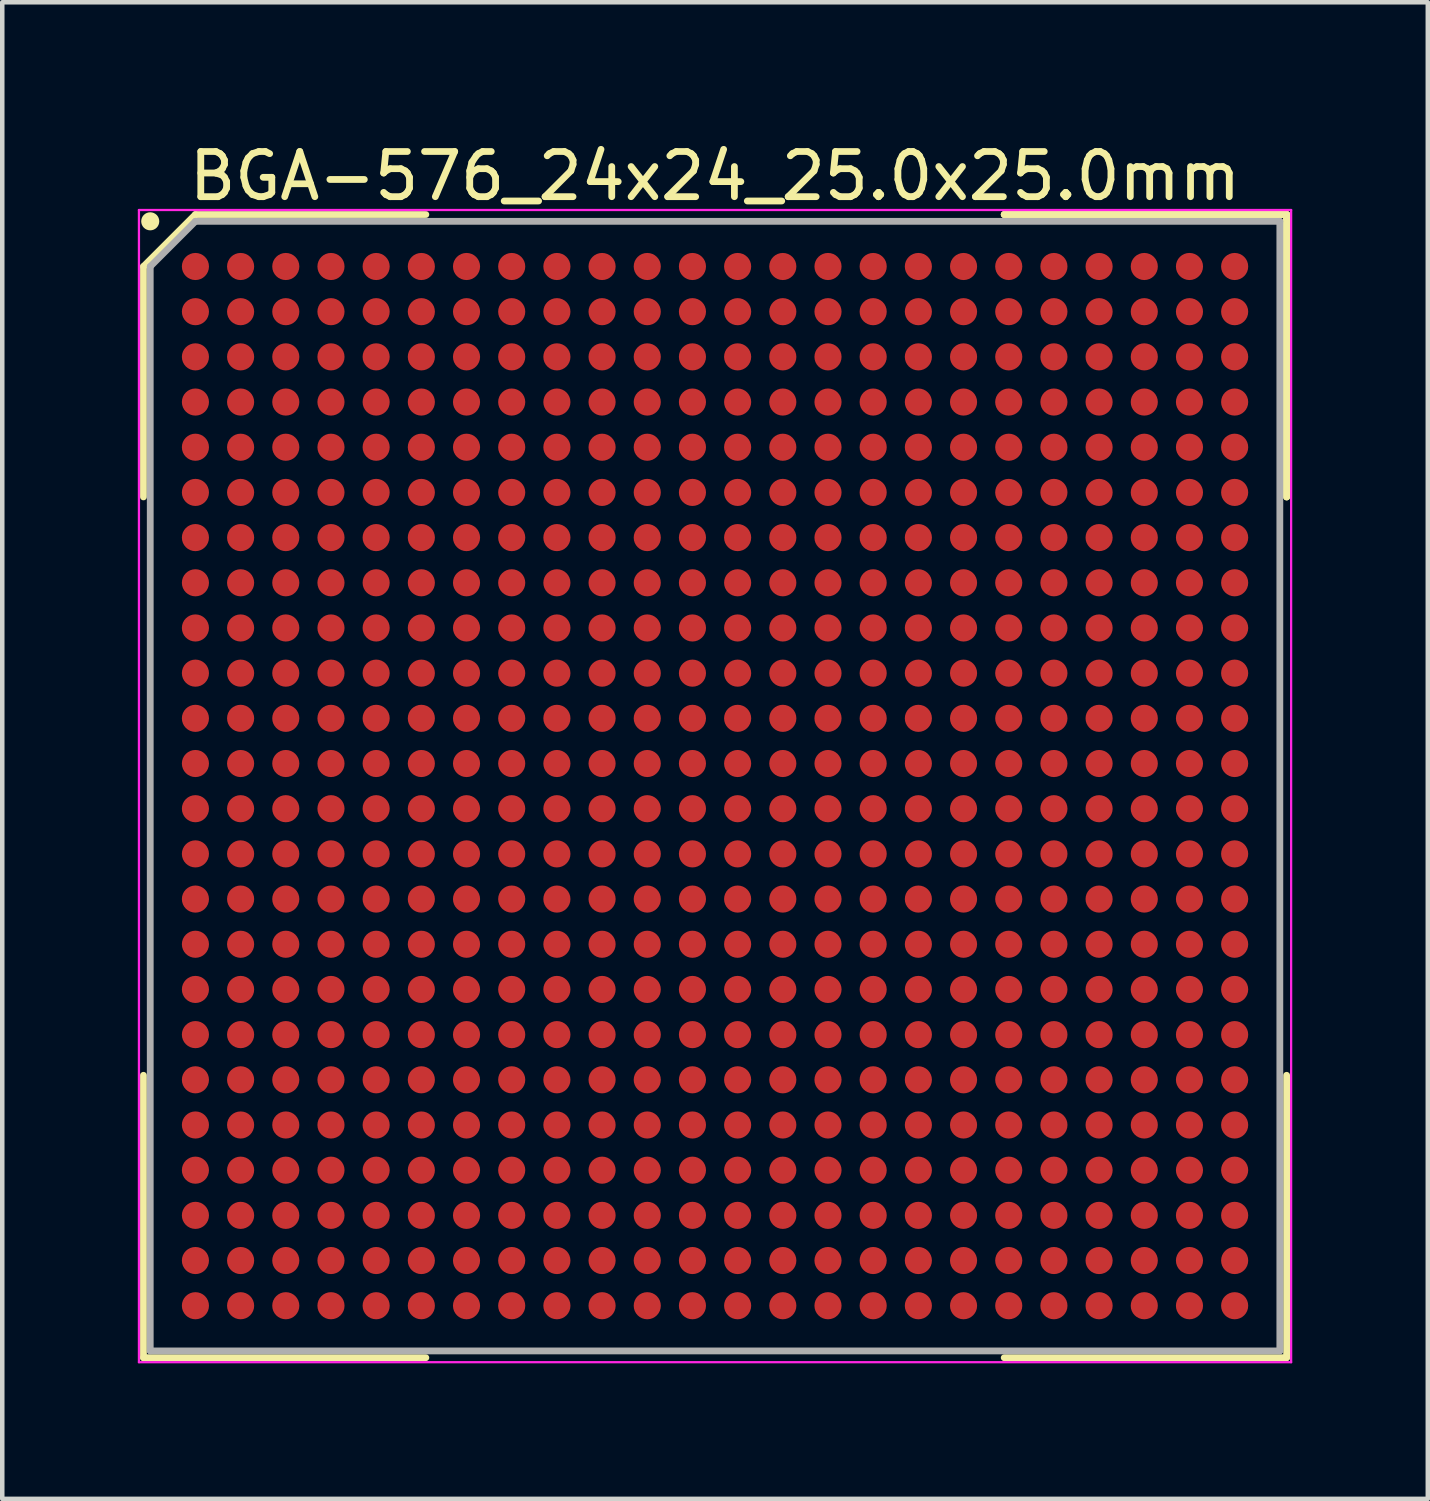
<source format=kicad_pcb>
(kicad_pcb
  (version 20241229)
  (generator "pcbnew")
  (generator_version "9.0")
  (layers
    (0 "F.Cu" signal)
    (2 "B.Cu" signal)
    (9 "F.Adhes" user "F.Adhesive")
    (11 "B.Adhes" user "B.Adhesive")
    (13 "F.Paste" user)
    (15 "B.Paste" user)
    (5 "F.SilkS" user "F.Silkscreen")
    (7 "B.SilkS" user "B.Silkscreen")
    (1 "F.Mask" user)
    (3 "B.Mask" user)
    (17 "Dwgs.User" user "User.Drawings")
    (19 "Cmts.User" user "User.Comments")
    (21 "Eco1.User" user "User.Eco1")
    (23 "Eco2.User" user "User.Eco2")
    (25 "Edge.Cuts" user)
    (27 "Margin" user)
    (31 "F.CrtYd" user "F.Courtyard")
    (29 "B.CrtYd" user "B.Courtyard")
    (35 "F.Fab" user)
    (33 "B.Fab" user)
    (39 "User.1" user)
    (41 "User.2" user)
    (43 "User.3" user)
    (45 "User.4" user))
  (footprint "BGA-576_24x24_25.0x25.0mm"
    (layer "F.Cu")
    (at 12.775 14.348)
    (property "Reference" "BGA-576_24x24_25.0x25.0mm" (at 0 -13.5 0) (layer "F.SilkS") (effects (font (size 1 1) (thickness 0.15))))
    (attr smd)
    (fp_line (start -12.65 -11.5) (end -12.65 -6.4) (stroke (width 0.15) (type solid)) (layer "F.SilkS"))
    (fp_line (start -12.65 12.65) (end -12.65 6.4) (stroke (width 0.15) (type solid)) (layer "F.SilkS"))
    (fp_line (start -11.5 -12.65) (end -12.65 -11.5) (stroke (width 0.15) (type solid)) (layer "F.SilkS"))
    (fp_line (start -6.4 -12.65) (end -11.5 -12.65) (stroke (width 0.15) (type solid)) (layer "F.SilkS"))
    (fp_line (start -6.4 12.65) (end -12.65 12.65) (stroke (width 0.15) (type solid)) (layer "F.SilkS"))
    (fp_line (start 6.4 -12.65) (end 12.65 -12.65) (stroke (width 0.15) (type solid)) (layer "F.SilkS"))
    (fp_line (start 6.4 -12.65) (end 12.65 -12.65) (stroke (width 0.15) (type solid)) (layer "F.SilkS"))
    (fp_line (start 6.4 -12.65) (end 12.65 -12.65) (stroke (width 0.15) (type solid)) (layer "F.SilkS"))
    (fp_line (start 6.4 12.65) (end 12.65 12.65) (stroke (width 0.15) (type solid)) (layer "F.SilkS"))
    (fp_line (start 12.65 -12.65) (end 12.65 -6.4) (stroke (width 0.15) (type solid)) (layer "F.SilkS"))
    (fp_line (start 12.65 -12.65) (end 12.65 -6.4) (stroke (width 0.15) (type solid)) (layer "F.SilkS"))
    (fp_line (start 12.65 -12.65) (end 12.65 -6.4) (stroke (width 0.15) (type solid)) (layer "F.SilkS"))
    (fp_line (start 12.65 12.65) (end 12.65 6.4) (stroke (width 0.15) (type solid)) (layer "F.SilkS"))
    (fp_circle (center -12.5 -12.5) (end -12.5 -12.4) (stroke (width 0.2) (type solid)) (fill no) (layer "F.SilkS"))
    (fp_line (start -12.75 -12.75) (end 12.75 -12.75) (stroke (width 0.05) (type solid)) (layer "F.CrtYd"))
    (fp_line (start -12.75 12.75) (end -12.75 -12.75) (stroke (width 0.05) (type solid)) (layer "F.CrtYd"))
    (fp_line (start 12.75 -12.75) (end 12.75 12.75) (stroke (width 0.05) (type solid)) (layer "F.CrtYd"))
    (fp_line (start 12.75 12.75) (end -12.75 12.75) (stroke (width 0.05) (type solid)) (layer "F.CrtYd"))
    (fp_line (start -12.5 -11.5) (end -12.5 12.5) (stroke (width 0.15) (type solid)) (layer "F.Fab"))
    (fp_line (start -12.5 12.5) (end 12.5 12.5) (stroke (width 0.15) (type solid)) (layer "F.Fab"))
    (fp_line (start -11.5 -12.5) (end -12.5 -11.5) (stroke (width 0.15) (type solid)) (layer "F.Fab"))
    (fp_line (start 12.5 -12.5) (end -11.5 -12.5) (stroke (width 0.15) (type solid)) (layer "F.Fab"))
    (fp_line (start 12.5 12.5) (end 12.5 -12.5) (stroke (width 0.15) (type solid)) (layer "F.Fab"))
    (pad "A1" smd circle (at -11.5 -11.5) (size 0.6 0.6) (layers "F.Cu" "F.Mask" "F.Paste"))
    (pad "A2" smd circle (at -10.5 -11.5) (size 0.6 0.6) (layers "F.Cu" "F.Mask" "F.Paste"))
    (pad "A3" smd circle (at -9.5 -11.5) (size 0.6 0.6) (layers "F.Cu" "F.Mask" "F.Paste"))
    (pad "A4" smd circle (at -8.5 -11.5) (size 0.6 0.6) (layers "F.Cu" "F.Mask" "F.Paste"))
    (pad "A5" smd circle (at -7.5 -11.5) (size 0.6 0.6) (layers "F.Cu" "F.Mask" "F.Paste"))
    (pad "A6" smd circle (at -6.5 -11.5) (size 0.6 0.6) (layers "F.Cu" "F.Mask" "F.Paste"))
    (pad "A7" smd circle (at -5.5 -11.5) (size 0.6 0.6) (layers "F.Cu" "F.Mask" "F.Paste"))
    (pad "A8" smd circle (at -4.5 -11.5) (size 0.6 0.6) (layers "F.Cu" "F.Mask" "F.Paste"))
    (pad "A9" smd circle (at -3.5 -11.5) (size 0.6 0.6) (layers "F.Cu" "F.Mask" "F.Paste"))
    (pad "A10" smd circle (at -2.5 -11.5) (size 0.6 0.6) (layers "F.Cu" "F.Mask" "F.Paste"))
    (pad "A11" smd circle (at -1.5 -11.5) (size 0.6 0.6) (layers "F.Cu" "F.Mask" "F.Paste"))
    (pad "A12" smd circle (at -0.5 -11.5) (size 0.6 0.6) (layers "F.Cu" "F.Mask" "F.Paste"))
    (pad "A13" smd circle (at 0.5 -11.5) (size 0.6 0.6) (layers "F.Cu" "F.Mask" "F.Paste"))
    (pad "A14" smd circle (at 1.5 -11.5) (size 0.6 0.6) (layers "F.Cu" "F.Mask" "F.Paste"))
    (pad "A15" smd circle (at 2.5 -11.5) (size 0.6 0.6) (layers "F.Cu" "F.Mask" "F.Paste"))
    (pad "A16" smd circle (at 3.5 -11.5) (size 0.6 0.6) (layers "F.Cu" "F.Mask" "F.Paste"))
    (pad "A17" smd circle (at 4.5 -11.5) (size 0.6 0.6) (layers "F.Cu" "F.Mask" "F.Paste"))
    (pad "A18" smd circle (at 5.5 -11.5) (size 0.6 0.6) (layers "F.Cu" "F.Mask" "F.Paste"))
    (pad "A19" smd circle (at 6.5 -11.5) (size 0.6 0.6) (layers "F.Cu" "F.Mask" "F.Paste"))
    (pad "A20" smd circle (at 7.5 -11.5) (size 0.6 0.6) (layers "F.Cu" "F.Mask" "F.Paste"))
    (pad "A21" smd circle (at 8.5 -11.5) (size 0.6 0.6) (layers "F.Cu" "F.Mask" "F.Paste"))
    (pad "A22" smd circle (at 9.5 -11.5) (size 0.6 0.6) (layers "F.Cu" "F.Mask" "F.Paste"))
    (pad "A23" smd circle (at 10.5 -11.5) (size 0.6 0.6) (layers "F.Cu" "F.Mask" "F.Paste"))
    (pad "A24" smd circle (at 11.5 -11.5) (size 0.6 0.6) (layers "F.Cu" "F.Mask" "F.Paste"))
    (pad "AA1" smd circle (at -11.5 8.5) (size 0.6 0.6) (layers "F.Cu" "F.Mask" "F.Paste"))
    (pad "AA2" smd circle (at -10.5 8.5) (size 0.6 0.6) (layers "F.Cu" "F.Mask" "F.Paste"))
    (pad "AA3" smd circle (at -9.5 8.5) (size 0.6 0.6) (layers "F.Cu" "F.Mask" "F.Paste"))
    (pad "AA4" smd circle (at -8.5 8.5) (size 0.6 0.6) (layers "F.Cu" "F.Mask" "F.Paste"))
    (pad "AA5" smd circle (at -7.5 8.5) (size 0.6 0.6) (layers "F.Cu" "F.Mask" "F.Paste"))
    (pad "AA6" smd circle (at -6.5 8.5) (size 0.6 0.6) (layers "F.Cu" "F.Mask" "F.Paste"))
    (pad "AA7" smd circle (at -5.5 8.5) (size 0.6 0.6) (layers "F.Cu" "F.Mask" "F.Paste"))
    (pad "AA8" smd circle (at -4.5 8.5) (size 0.6 0.6) (layers "F.Cu" "F.Mask" "F.Paste"))
    (pad "AA9" smd circle (at -3.5 8.5) (size 0.6 0.6) (layers "F.Cu" "F.Mask" "F.Paste"))
    (pad "AA10" smd circle (at -2.5 8.5) (size 0.6 0.6) (layers "F.Cu" "F.Mask" "F.Paste"))
    (pad "AA11" smd circle (at -1.5 8.5) (size 0.6 0.6) (layers "F.Cu" "F.Mask" "F.Paste"))
    (pad "AA12" smd circle (at -0.5 8.5) (size 0.6 0.6) (layers "F.Cu" "F.Mask" "F.Paste"))
    (pad "AA13" smd circle (at 0.5 8.5) (size 0.6 0.6) (layers "F.Cu" "F.Mask" "F.Paste"))
    (pad "AA14" smd circle (at 1.5 8.5) (size 0.6 0.6) (layers "F.Cu" "F.Mask" "F.Paste"))
    (pad "AA15" smd circle (at 2.5 8.5) (size 0.6 0.6) (layers "F.Cu" "F.Mask" "F.Paste"))
    (pad "AA16" smd circle (at 3.5 8.5) (size 0.6 0.6) (layers "F.Cu" "F.Mask" "F.Paste"))
    (pad "AA17" smd circle (at 4.5 8.5) (size 0.6 0.6) (layers "F.Cu" "F.Mask" "F.Paste"))
    (pad "AA18" smd circle (at 5.5 8.5) (size 0.6 0.6) (layers "F.Cu" "F.Mask" "F.Paste"))
    (pad "AA19" smd circle (at 6.5 8.5) (size 0.6 0.6) (layers "F.Cu" "F.Mask" "F.Paste"))
    (pad "AA20" smd circle (at 7.5 8.5) (size 0.6 0.6) (layers "F.Cu" "F.Mask" "F.Paste"))
    (pad "AA21" smd circle (at 8.5 8.5) (size 0.6 0.6) (layers "F.Cu" "F.Mask" "F.Paste"))
    (pad "AA22" smd circle (at 9.5 8.5) (size 0.6 0.6) (layers "F.Cu" "F.Mask" "F.Paste"))
    (pad "AA23" smd circle (at 10.5 8.5) (size 0.6 0.6) (layers "F.Cu" "F.Mask" "F.Paste"))
    (pad "AA24" smd circle (at 11.5 8.5) (size 0.6 0.6) (layers "F.Cu" "F.Mask" "F.Paste"))
    (pad "AB1" smd circle (at -11.5 9.5) (size 0.6 0.6) (layers "F.Cu" "F.Mask" "F.Paste"))
    (pad "AB2" smd circle (at -10.5 9.5) (size 0.6 0.6) (layers "F.Cu" "F.Mask" "F.Paste"))
    (pad "AB3" smd circle (at -9.5 9.5) (size 0.6 0.6) (layers "F.Cu" "F.Mask" "F.Paste"))
    (pad "AB4" smd circle (at -8.5 9.5) (size 0.6 0.6) (layers "F.Cu" "F.Mask" "F.Paste"))
    (pad "AB5" smd circle (at -7.5 9.5) (size 0.6 0.6) (layers "F.Cu" "F.Mask" "F.Paste"))
    (pad "AB6" smd circle (at -6.5 9.5) (size 0.6 0.6) (layers "F.Cu" "F.Mask" "F.Paste"))
    (pad "AB7" smd circle (at -5.5 9.5) (size 0.6 0.6) (layers "F.Cu" "F.Mask" "F.Paste"))
    (pad "AB8" smd circle (at -4.5 9.5) (size 0.6 0.6) (layers "F.Cu" "F.Mask" "F.Paste"))
    (pad "AB9" smd circle (at -3.5 9.5) (size 0.6 0.6) (layers "F.Cu" "F.Mask" "F.Paste"))
    (pad "AB10" smd circle (at -2.5 9.5) (size 0.6 0.6) (layers "F.Cu" "F.Mask" "F.Paste"))
    (pad "AB11" smd circle (at -1.5 9.5) (size 0.6 0.6) (layers "F.Cu" "F.Mask" "F.Paste"))
    (pad "AB12" smd circle (at -0.5 9.5) (size 0.6 0.6) (layers "F.Cu" "F.Mask" "F.Paste"))
    (pad "AB13" smd circle (at 0.5 9.5) (size 0.6 0.6) (layers "F.Cu" "F.Mask" "F.Paste"))
    (pad "AB14" smd circle (at 1.5 9.5) (size 0.6 0.6) (layers "F.Cu" "F.Mask" "F.Paste"))
    (pad "AB15" smd circle (at 2.5 9.5) (size 0.6 0.6) (layers "F.Cu" "F.Mask" "F.Paste"))
    (pad "AB16" smd circle (at 3.5 9.5) (size 0.6 0.6) (layers "F.Cu" "F.Mask" "F.Paste"))
    (pad "AB17" smd circle (at 4.5 9.5) (size 0.6 0.6) (layers "F.Cu" "F.Mask" "F.Paste"))
    (pad "AB18" smd circle (at 5.5 9.5) (size 0.6 0.6) (layers "F.Cu" "F.Mask" "F.Paste"))
    (pad "AB19" smd circle (at 6.5 9.5) (size 0.6 0.6) (layers "F.Cu" "F.Mask" "F.Paste"))
    (pad "AB20" smd circle (at 7.5 9.5) (size 0.6 0.6) (layers "F.Cu" "F.Mask" "F.Paste"))
    (pad "AB21" smd circle (at 8.5 9.5) (size 0.6 0.6) (layers "F.Cu" "F.Mask" "F.Paste"))
    (pad "AB22" smd circle (at 9.5 9.5) (size 0.6 0.6) (layers "F.Cu" "F.Mask" "F.Paste"))
    (pad "AB23" smd circle (at 10.5 9.5) (size 0.6 0.6) (layers "F.Cu" "F.Mask" "F.Paste"))
    (pad "AB24" smd circle (at 11.5 9.5) (size 0.6 0.6) (layers "F.Cu" "F.Mask" "F.Paste"))
    (pad "AC1" smd circle (at -11.5 10.5) (size 0.6 0.6) (layers "F.Cu" "F.Mask" "F.Paste"))
    (pad "AC2" smd circle (at -10.5 10.5) (size 0.6 0.6) (layers "F.Cu" "F.Mask" "F.Paste"))
    (pad "AC3" smd circle (at -9.5 10.5) (size 0.6 0.6) (layers "F.Cu" "F.Mask" "F.Paste"))
    (pad "AC4" smd circle (at -8.5 10.5) (size 0.6 0.6) (layers "F.Cu" "F.Mask" "F.Paste"))
    (pad "AC5" smd circle (at -7.5 10.5) (size 0.6 0.6) (layers "F.Cu" "F.Mask" "F.Paste"))
    (pad "AC6" smd circle (at -6.5 10.5) (size 0.6 0.6) (layers "F.Cu" "F.Mask" "F.Paste"))
    (pad "AC7" smd circle (at -5.5 10.5) (size 0.6 0.6) (layers "F.Cu" "F.Mask" "F.Paste"))
    (pad "AC8" smd circle (at -4.5 10.5) (size 0.6 0.6) (layers "F.Cu" "F.Mask" "F.Paste"))
    (pad "AC9" smd circle (at -3.5 10.5) (size 0.6 0.6) (layers "F.Cu" "F.Mask" "F.Paste"))
    (pad "AC10" smd circle (at -2.5 10.5) (size 0.6 0.6) (layers "F.Cu" "F.Mask" "F.Paste"))
    (pad "AC11" smd circle (at -1.5 10.5) (size 0.6 0.6) (layers "F.Cu" "F.Mask" "F.Paste"))
    (pad "AC12" smd circle (at -0.5 10.5) (size 0.6 0.6) (layers "F.Cu" "F.Mask" "F.Paste"))
    (pad "AC13" smd circle (at 0.5 10.5) (size 0.6 0.6) (layers "F.Cu" "F.Mask" "F.Paste"))
    (pad "AC14" smd circle (at 1.5 10.5) (size 0.6 0.6) (layers "F.Cu" "F.Mask" "F.Paste"))
    (pad "AC15" smd circle (at 2.5 10.5) (size 0.6 0.6) (layers "F.Cu" "F.Mask" "F.Paste"))
    (pad "AC16" smd circle (at 3.5 10.5) (size 0.6 0.6) (layers "F.Cu" "F.Mask" "F.Paste"))
    (pad "AC17" smd circle (at 4.5 10.5) (size 0.6 0.6) (layers "F.Cu" "F.Mask" "F.Paste"))
    (pad "AC18" smd circle (at 5.5 10.5) (size 0.6 0.6) (layers "F.Cu" "F.Mask" "F.Paste"))
    (pad "AC19" smd circle (at 6.5 10.5) (size 0.6 0.6) (layers "F.Cu" "F.Mask" "F.Paste"))
    (pad "AC20" smd circle (at 7.5 10.5) (size 0.6 0.6) (layers "F.Cu" "F.Mask" "F.Paste"))
    (pad "AC21" smd circle (at 8.5 10.5) (size 0.6 0.6) (layers "F.Cu" "F.Mask" "F.Paste"))
    (pad "AC22" smd circle (at 9.5 10.5) (size 0.6 0.6) (layers "F.Cu" "F.Mask" "F.Paste"))
    (pad "AC23" smd circle (at 10.5 10.5) (size 0.6 0.6) (layers "F.Cu" "F.Mask" "F.Paste"))
    (pad "AC24" smd circle (at 11.5 10.5) (size 0.6 0.6) (layers "F.Cu" "F.Mask" "F.Paste"))
    (pad "AD1" smd circle (at -11.5 11.5) (size 0.6 0.6) (layers "F.Cu" "F.Mask" "F.Paste"))
    (pad "AD2" smd circle (at -10.5 11.5) (size 0.6 0.6) (layers "F.Cu" "F.Mask" "F.Paste"))
    (pad "AD3" smd circle (at -9.5 11.5) (size 0.6 0.6) (layers "F.Cu" "F.Mask" "F.Paste"))
    (pad "AD4" smd circle (at -8.5 11.5) (size 0.6 0.6) (layers "F.Cu" "F.Mask" "F.Paste"))
    (pad "AD5" smd circle (at -7.5 11.5) (size 0.6 0.6) (layers "F.Cu" "F.Mask" "F.Paste"))
    (pad "AD6" smd circle (at -6.5 11.5) (size 0.6 0.6) (layers "F.Cu" "F.Mask" "F.Paste"))
    (pad "AD7" smd circle (at -5.5 11.5) (size 0.6 0.6) (layers "F.Cu" "F.Mask" "F.Paste"))
    (pad "AD8" smd circle (at -4.5 11.5) (size 0.6 0.6) (layers "F.Cu" "F.Mask" "F.Paste"))
    (pad "AD9" smd circle (at -3.5 11.5) (size 0.6 0.6) (layers "F.Cu" "F.Mask" "F.Paste"))
    (pad "AD10" smd circle (at -2.5 11.5) (size 0.6 0.6) (layers "F.Cu" "F.Mask" "F.Paste"))
    (pad "AD11" smd circle (at -1.5 11.5) (size 0.6 0.6) (layers "F.Cu" "F.Mask" "F.Paste"))
    (pad "AD12" smd circle (at -0.5 11.5) (size 0.6 0.6) (layers "F.Cu" "F.Mask" "F.Paste"))
    (pad "AD13" smd circle (at 0.5 11.5) (size 0.6 0.6) (layers "F.Cu" "F.Mask" "F.Paste"))
    (pad "AD14" smd circle (at 1.5 11.5) (size 0.6 0.6) (layers "F.Cu" "F.Mask" "F.Paste"))
    (pad "AD15" smd circle (at 2.5 11.5) (size 0.6 0.6) (layers "F.Cu" "F.Mask" "F.Paste"))
    (pad "AD16" smd circle (at 3.5 11.5) (size 0.6 0.6) (layers "F.Cu" "F.Mask" "F.Paste"))
    (pad "AD17" smd circle (at 4.5 11.5) (size 0.6 0.6) (layers "F.Cu" "F.Mask" "F.Paste"))
    (pad "AD18" smd circle (at 5.5 11.5) (size 0.6 0.6) (layers "F.Cu" "F.Mask" "F.Paste"))
    (pad "AD19" smd circle (at 6.5 11.5) (size 0.6 0.6) (layers "F.Cu" "F.Mask" "F.Paste"))
    (pad "AD20" smd circle (at 7.5 11.5) (size 0.6 0.6) (layers "F.Cu" "F.Mask" "F.Paste"))
    (pad "AD21" smd circle (at 8.5 11.5) (size 0.6 0.6) (layers "F.Cu" "F.Mask" "F.Paste"))
    (pad "AD22" smd circle (at 9.5 11.5) (size 0.6 0.6) (layers "F.Cu" "F.Mask" "F.Paste"))
    (pad "AD23" smd circle (at 10.5 11.5) (size 0.6 0.6) (layers "F.Cu" "F.Mask" "F.Paste"))
    (pad "AD24" smd circle (at 11.5 11.5) (size 0.6 0.6) (layers "F.Cu" "F.Mask" "F.Paste"))
    (pad "B1" smd circle (at -11.5 -10.5) (size 0.6 0.6) (layers "F.Cu" "F.Mask" "F.Paste"))
    (pad "B2" smd circle (at -10.5 -10.5) (size 0.6 0.6) (layers "F.Cu" "F.Mask" "F.Paste"))
    (pad "B3" smd circle (at -9.5 -10.5) (size 0.6 0.6) (layers "F.Cu" "F.Mask" "F.Paste"))
    (pad "B4" smd circle (at -8.5 -10.5) (size 0.6 0.6) (layers "F.Cu" "F.Mask" "F.Paste"))
    (pad "B5" smd circle (at -7.5 -10.5) (size 0.6 0.6) (layers "F.Cu" "F.Mask" "F.Paste"))
    (pad "B6" smd circle (at -6.5 -10.5) (size 0.6 0.6) (layers "F.Cu" "F.Mask" "F.Paste"))
    (pad "B7" smd circle (at -5.5 -10.5) (size 0.6 0.6) (layers "F.Cu" "F.Mask" "F.Paste"))
    (pad "B8" smd circle (at -4.5 -10.5) (size 0.6 0.6) (layers "F.Cu" "F.Mask" "F.Paste"))
    (pad "B9" smd circle (at -3.5 -10.5) (size 0.6 0.6) (layers "F.Cu" "F.Mask" "F.Paste"))
    (pad "B10" smd circle (at -2.5 -10.5) (size 0.6 0.6) (layers "F.Cu" "F.Mask" "F.Paste"))
    (pad "B11" smd circle (at -1.5 -10.5) (size 0.6 0.6) (layers "F.Cu" "F.Mask" "F.Paste"))
    (pad "B12" smd circle (at -0.5 -10.5) (size 0.6 0.6) (layers "F.Cu" "F.Mask" "F.Paste"))
    (pad "B13" smd circle (at 0.5 -10.5) (size 0.6 0.6) (layers "F.Cu" "F.Mask" "F.Paste"))
    (pad "B14" smd circle (at 1.5 -10.5) (size 0.6 0.6) (layers "F.Cu" "F.Mask" "F.Paste"))
    (pad "B15" smd circle (at 2.5 -10.5) (size 0.6 0.6) (layers "F.Cu" "F.Mask" "F.Paste"))
    (pad "B16" smd circle (at 3.5 -10.5) (size 0.6 0.6) (layers "F.Cu" "F.Mask" "F.Paste"))
    (pad "B17" smd circle (at 4.5 -10.5) (size 0.6 0.6) (layers "F.Cu" "F.Mask" "F.Paste"))
    (pad "B18" smd circle (at 5.5 -10.5) (size 0.6 0.6) (layers "F.Cu" "F.Mask" "F.Paste"))
    (pad "B19" smd circle (at 6.5 -10.5) (size 0.6 0.6) (layers "F.Cu" "F.Mask" "F.Paste"))
    (pad "B20" smd circle (at 7.5 -10.5) (size 0.6 0.6) (layers "F.Cu" "F.Mask" "F.Paste"))
    (pad "B21" smd circle (at 8.5 -10.5) (size 0.6 0.6) (layers "F.Cu" "F.Mask" "F.Paste"))
    (pad "B22" smd circle (at 9.5 -10.5) (size 0.6 0.6) (layers "F.Cu" "F.Mask" "F.Paste"))
    (pad "B23" smd circle (at 10.5 -10.5) (size 0.6 0.6) (layers "F.Cu" "F.Mask" "F.Paste"))
    (pad "B24" smd circle (at 11.5 -10.5) (size 0.6 0.6) (layers "F.Cu" "F.Mask" "F.Paste"))
    (pad "C1" smd circle (at -11.5 -9.5) (size 0.6 0.6) (layers "F.Cu" "F.Mask" "F.Paste"))
    (pad "C2" smd circle (at -10.5 -9.5) (size 0.6 0.6) (layers "F.Cu" "F.Mask" "F.Paste"))
    (pad "C3" smd circle (at -9.5 -9.5) (size 0.6 0.6) (layers "F.Cu" "F.Mask" "F.Paste"))
    (pad "C4" smd circle (at -8.5 -9.5) (size 0.6 0.6) (layers "F.Cu" "F.Mask" "F.Paste"))
    (pad "C5" smd circle (at -7.5 -9.5) (size 0.6 0.6) (layers "F.Cu" "F.Mask" "F.Paste"))
    (pad "C6" smd circle (at -6.5 -9.5) (size 0.6 0.6) (layers "F.Cu" "F.Mask" "F.Paste"))
    (pad "C7" smd circle (at -5.5 -9.5) (size 0.6 0.6) (layers "F.Cu" "F.Mask" "F.Paste"))
    (pad "C8" smd circle (at -4.5 -9.5) (size 0.6 0.6) (layers "F.Cu" "F.Mask" "F.Paste"))
    (pad "C9" smd circle (at -3.5 -9.5) (size 0.6 0.6) (layers "F.Cu" "F.Mask" "F.Paste"))
    (pad "C10" smd circle (at -2.5 -9.5) (size 0.6 0.6) (layers "F.Cu" "F.Mask" "F.Paste"))
    (pad "C11" smd circle (at -1.5 -9.5) (size 0.6 0.6) (layers "F.Cu" "F.Mask" "F.Paste"))
    (pad "C12" smd circle (at -0.5 -9.5) (size 0.6 0.6) (layers "F.Cu" "F.Mask" "F.Paste"))
    (pad "C13" smd circle (at 0.5 -9.5) (size 0.6 0.6) (layers "F.Cu" "F.Mask" "F.Paste"))
    (pad "C14" smd circle (at 1.5 -9.5) (size 0.6 0.6) (layers "F.Cu" "F.Mask" "F.Paste"))
    (pad "C15" smd circle (at 2.5 -9.5) (size 0.6 0.6) (layers "F.Cu" "F.Mask" "F.Paste"))
    (pad "C16" smd circle (at 3.5 -9.5) (size 0.6 0.6) (layers "F.Cu" "F.Mask" "F.Paste"))
    (pad "C17" smd circle (at 4.5 -9.5) (size 0.6 0.6) (layers "F.Cu" "F.Mask" "F.Paste"))
    (pad "C18" smd circle (at 5.5 -9.5) (size 0.6 0.6) (layers "F.Cu" "F.Mask" "F.Paste"))
    (pad "C19" smd circle (at 6.5 -9.5) (size 0.6 0.6) (layers "F.Cu" "F.Mask" "F.Paste"))
    (pad "C20" smd circle (at 7.5 -9.5) (size 0.6 0.6) (layers "F.Cu" "F.Mask" "F.Paste"))
    (pad "C21" smd circle (at 8.5 -9.5) (size 0.6 0.6) (layers "F.Cu" "F.Mask" "F.Paste"))
    (pad "C22" smd circle (at 9.5 -9.5) (size 0.6 0.6) (layers "F.Cu" "F.Mask" "F.Paste"))
    (pad "C23" smd circle (at 10.5 -9.5) (size 0.6 0.6) (layers "F.Cu" "F.Mask" "F.Paste"))
    (pad "C24" smd circle (at 11.5 -9.5) (size 0.6 0.6) (layers "F.Cu" "F.Mask" "F.Paste"))
    (pad "D1" smd circle (at -11.5 -8.5) (size 0.6 0.6) (layers "F.Cu" "F.Mask" "F.Paste"))
    (pad "D2" smd circle (at -10.5 -8.5) (size 0.6 0.6) (layers "F.Cu" "F.Mask" "F.Paste"))
    (pad "D3" smd circle (at -9.5 -8.5) (size 0.6 0.6) (layers "F.Cu" "F.Mask" "F.Paste"))
    (pad "D4" smd circle (at -8.5 -8.5) (size 0.6 0.6) (layers "F.Cu" "F.Mask" "F.Paste"))
    (pad "D5" smd circle (at -7.5 -8.5) (size 0.6 0.6) (layers "F.Cu" "F.Mask" "F.Paste"))
    (pad "D6" smd circle (at -6.5 -8.5) (size 0.6 0.6) (layers "F.Cu" "F.Mask" "F.Paste"))
    (pad "D7" smd circle (at -5.5 -8.5) (size 0.6 0.6) (layers "F.Cu" "F.Mask" "F.Paste"))
    (pad "D8" smd circle (at -4.5 -8.5) (size 0.6 0.6) (layers "F.Cu" "F.Mask" "F.Paste"))
    (pad "D9" smd circle (at -3.5 -8.5) (size 0.6 0.6) (layers "F.Cu" "F.Mask" "F.Paste"))
    (pad "D10" smd circle (at -2.5 -8.5) (size 0.6 0.6) (layers "F.Cu" "F.Mask" "F.Paste"))
    (pad "D11" smd circle (at -1.5 -8.5) (size 0.6 0.6) (layers "F.Cu" "F.Mask" "F.Paste"))
    (pad "D12" smd circle (at -0.5 -8.5) (size 0.6 0.6) (layers "F.Cu" "F.Mask" "F.Paste"))
    (pad "D13" smd circle (at 0.5 -8.5) (size 0.6 0.6) (layers "F.Cu" "F.Mask" "F.Paste"))
    (pad "D14" smd circle (at 1.5 -8.5) (size 0.6 0.6) (layers "F.Cu" "F.Mask" "F.Paste"))
    (pad "D15" smd circle (at 2.5 -8.5) (size 0.6 0.6) (layers "F.Cu" "F.Mask" "F.Paste"))
    (pad "D16" smd circle (at 3.5 -8.5) (size 0.6 0.6) (layers "F.Cu" "F.Mask" "F.Paste"))
    (pad "D17" smd circle (at 4.5 -8.5) (size 0.6 0.6) (layers "F.Cu" "F.Mask" "F.Paste"))
    (pad "D18" smd circle (at 5.5 -8.5) (size 0.6 0.6) (layers "F.Cu" "F.Mask" "F.Paste"))
    (pad "D19" smd circle (at 6.5 -8.5) (size 0.6 0.6) (layers "F.Cu" "F.Mask" "F.Paste"))
    (pad "D20" smd circle (at 7.5 -8.5) (size 0.6 0.6) (layers "F.Cu" "F.Mask" "F.Paste"))
    (pad "D21" smd circle (at 8.5 -8.5) (size 0.6 0.6) (layers "F.Cu" "F.Mask" "F.Paste"))
    (pad "D22" smd circle (at 9.5 -8.5) (size 0.6 0.6) (layers "F.Cu" "F.Mask" "F.Paste"))
    (pad "D23" smd circle (at 10.5 -8.5) (size 0.6 0.6) (layers "F.Cu" "F.Mask" "F.Paste"))
    (pad "D24" smd circle (at 11.5 -8.5) (size 0.6 0.6) (layers "F.Cu" "F.Mask" "F.Paste"))
    (pad "E1" smd circle (at -11.5 -7.5) (size 0.6 0.6) (layers "F.Cu" "F.Mask" "F.Paste"))
    (pad "E2" smd circle (at -10.5 -7.5) (size 0.6 0.6) (layers "F.Cu" "F.Mask" "F.Paste"))
    (pad "E3" smd circle (at -9.5 -7.5) (size 0.6 0.6) (layers "F.Cu" "F.Mask" "F.Paste"))
    (pad "E4" smd circle (at -8.5 -7.5) (size 0.6 0.6) (layers "F.Cu" "F.Mask" "F.Paste"))
    (pad "E5" smd circle (at -7.5 -7.5) (size 0.6 0.6) (layers "F.Cu" "F.Mask" "F.Paste"))
    (pad "E6" smd circle (at -6.5 -7.5) (size 0.6 0.6) (layers "F.Cu" "F.Mask" "F.Paste"))
    (pad "E7" smd circle (at -5.5 -7.5) (size 0.6 0.6) (layers "F.Cu" "F.Mask" "F.Paste"))
    (pad "E8" smd circle (at -4.5 -7.5) (size 0.6 0.6) (layers "F.Cu" "F.Mask" "F.Paste"))
    (pad "E9" smd circle (at -3.5 -7.5) (size 0.6 0.6) (layers "F.Cu" "F.Mask" "F.Paste"))
    (pad "E10" smd circle (at -2.5 -7.5) (size 0.6 0.6) (layers "F.Cu" "F.Mask" "F.Paste"))
    (pad "E11" smd circle (at -1.5 -7.5) (size 0.6 0.6) (layers "F.Cu" "F.Mask" "F.Paste"))
    (pad "E12" smd circle (at -0.5 -7.5) (size 0.6 0.6) (layers "F.Cu" "F.Mask" "F.Paste"))
    (pad "E13" smd circle (at 0.5 -7.5) (size 0.6 0.6) (layers "F.Cu" "F.Mask" "F.Paste"))
    (pad "E14" smd circle (at 1.5 -7.5) (size 0.6 0.6) (layers "F.Cu" "F.Mask" "F.Paste"))
    (pad "E15" smd circle (at 2.5 -7.5) (size 0.6 0.6) (layers "F.Cu" "F.Mask" "F.Paste"))
    (pad "E16" smd circle (at 3.5 -7.5) (size 0.6 0.6) (layers "F.Cu" "F.Mask" "F.Paste"))
    (pad "E17" smd circle (at 4.5 -7.5) (size 0.6 0.6) (layers "F.Cu" "F.Mask" "F.Paste"))
    (pad "E18" smd circle (at 5.5 -7.5) (size 0.6 0.6) (layers "F.Cu" "F.Mask" "F.Paste"))
    (pad "E19" smd circle (at 6.5 -7.5) (size 0.6 0.6) (layers "F.Cu" "F.Mask" "F.Paste"))
    (pad "E20" smd circle (at 7.5 -7.5) (size 0.6 0.6) (layers "F.Cu" "F.Mask" "F.Paste"))
    (pad "E21" smd circle (at 8.5 -7.5) (size 0.6 0.6) (layers "F.Cu" "F.Mask" "F.Paste"))
    (pad "E22" smd circle (at 9.5 -7.5) (size 0.6 0.6) (layers "F.Cu" "F.Mask" "F.Paste"))
    (pad "E23" smd circle (at 10.5 -7.5) (size 0.6 0.6) (layers "F.Cu" "F.Mask" "F.Paste"))
    (pad "E24" smd circle (at 11.5 -7.5) (size 0.6 0.6) (layers "F.Cu" "F.Mask" "F.Paste"))
    (pad "F1" smd circle (at -11.5 -6.5) (size 0.6 0.6) (layers "F.Cu" "F.Mask" "F.Paste"))
    (pad "F2" smd circle (at -10.5 -6.5) (size 0.6 0.6) (layers "F.Cu" "F.Mask" "F.Paste"))
    (pad "F3" smd circle (at -9.5 -6.5) (size 0.6 0.6) (layers "F.Cu" "F.Mask" "F.Paste"))
    (pad "F4" smd circle (at -8.5 -6.5) (size 0.6 0.6) (layers "F.Cu" "F.Mask" "F.Paste"))
    (pad "F5" smd circle (at -7.5 -6.5) (size 0.6 0.6) (layers "F.Cu" "F.Mask" "F.Paste"))
    (pad "F6" smd circle (at -6.5 -6.5) (size 0.6 0.6) (layers "F.Cu" "F.Mask" "F.Paste"))
    (pad "F7" smd circle (at -5.5 -6.5) (size 0.6 0.6) (layers "F.Cu" "F.Mask" "F.Paste"))
    (pad "F8" smd circle (at -4.5 -6.5) (size 0.6 0.6) (layers "F.Cu" "F.Mask" "F.Paste"))
    (pad "F9" smd circle (at -3.5 -6.5) (size 0.6 0.6) (layers "F.Cu" "F.Mask" "F.Paste"))
    (pad "F10" smd circle (at -2.5 -6.5) (size 0.6 0.6) (layers "F.Cu" "F.Mask" "F.Paste"))
    (pad "F11" smd circle (at -1.5 -6.5) (size 0.6 0.6) (layers "F.Cu" "F.Mask" "F.Paste"))
    (pad "F12" smd circle (at -0.5 -6.5) (size 0.6 0.6) (layers "F.Cu" "F.Mask" "F.Paste"))
    (pad "F13" smd circle (at 0.5 -6.5) (size 0.6 0.6) (layers "F.Cu" "F.Mask" "F.Paste"))
    (pad "F14" smd circle (at 1.5 -6.5) (size 0.6 0.6) (layers "F.Cu" "F.Mask" "F.Paste"))
    (pad "F15" smd circle (at 2.5 -6.5) (size 0.6 0.6) (layers "F.Cu" "F.Mask" "F.Paste"))
    (pad "F16" smd circle (at 3.5 -6.5) (size 0.6 0.6) (layers "F.Cu" "F.Mask" "F.Paste"))
    (pad "F17" smd circle (at 4.5 -6.5) (size 0.6 0.6) (layers "F.Cu" "F.Mask" "F.Paste"))
    (pad "F18" smd circle (at 5.5 -6.5) (size 0.6 0.6) (layers "F.Cu" "F.Mask" "F.Paste"))
    (pad "F19" smd circle (at 6.5 -6.5) (size 0.6 0.6) (layers "F.Cu" "F.Mask" "F.Paste"))
    (pad "F20" smd circle (at 7.5 -6.5) (size 0.6 0.6) (layers "F.Cu" "F.Mask" "F.Paste"))
    (pad "F21" smd circle (at 8.5 -6.5) (size 0.6 0.6) (layers "F.Cu" "F.Mask" "F.Paste"))
    (pad "F22" smd circle (at 9.5 -6.5) (size 0.6 0.6) (layers "F.Cu" "F.Mask" "F.Paste"))
    (pad "F23" smd circle (at 10.5 -6.5) (size 0.6 0.6) (layers "F.Cu" "F.Mask" "F.Paste"))
    (pad "F24" smd circle (at 11.5 -6.5) (size 0.6 0.6) (layers "F.Cu" "F.Mask" "F.Paste"))
    (pad "G1" smd circle (at -11.5 -5.5) (size 0.6 0.6) (layers "F.Cu" "F.Mask" "F.Paste"))
    (pad "G2" smd circle (at -10.5 -5.5) (size 0.6 0.6) (layers "F.Cu" "F.Mask" "F.Paste"))
    (pad "G3" smd circle (at -9.5 -5.5) (size 0.6 0.6) (layers "F.Cu" "F.Mask" "F.Paste"))
    (pad "G4" smd circle (at -8.5 -5.5) (size 0.6 0.6) (layers "F.Cu" "F.Mask" "F.Paste"))
    (pad "G5" smd circle (at -7.5 -5.5) (size 0.6 0.6) (layers "F.Cu" "F.Mask" "F.Paste"))
    (pad "G6" smd circle (at -6.5 -5.5) (size 0.6 0.6) (layers "F.Cu" "F.Mask" "F.Paste"))
    (pad "G7" smd circle (at -5.5 -5.5) (size 0.6 0.6) (layers "F.Cu" "F.Mask" "F.Paste"))
    (pad "G8" smd circle (at -4.5 -5.5) (size 0.6 0.6) (layers "F.Cu" "F.Mask" "F.Paste"))
    (pad "G9" smd circle (at -3.5 -5.5) (size 0.6 0.6) (layers "F.Cu" "F.Mask" "F.Paste"))
    (pad "G10" smd circle (at -2.5 -5.5) (size 0.6 0.6) (layers "F.Cu" "F.Mask" "F.Paste"))
    (pad "G11" smd circle (at -1.5 -5.5) (size 0.6 0.6) (layers "F.Cu" "F.Mask" "F.Paste"))
    (pad "G12" smd circle (at -0.5 -5.5) (size 0.6 0.6) (layers "F.Cu" "F.Mask" "F.Paste"))
    (pad "G13" smd circle (at 0.5 -5.5) (size 0.6 0.6) (layers "F.Cu" "F.Mask" "F.Paste"))
    (pad "G14" smd circle (at 1.5 -5.5) (size 0.6 0.6) (layers "F.Cu" "F.Mask" "F.Paste"))
    (pad "G15" smd circle (at 2.5 -5.5) (size 0.6 0.6) (layers "F.Cu" "F.Mask" "F.Paste"))
    (pad "G16" smd circle (at 3.5 -5.5) (size 0.6 0.6) (layers "F.Cu" "F.Mask" "F.Paste"))
    (pad "G17" smd circle (at 4.5 -5.5) (size 0.6 0.6) (layers "F.Cu" "F.Mask" "F.Paste"))
    (pad "G18" smd circle (at 5.5 -5.5) (size 0.6 0.6) (layers "F.Cu" "F.Mask" "F.Paste"))
    (pad "G19" smd circle (at 6.5 -5.5) (size 0.6 0.6) (layers "F.Cu" "F.Mask" "F.Paste"))
    (pad "G20" smd circle (at 7.5 -5.5) (size 0.6 0.6) (layers "F.Cu" "F.Mask" "F.Paste"))
    (pad "G21" smd circle (at 8.5 -5.5) (size 0.6 0.6) (layers "F.Cu" "F.Mask" "F.Paste"))
    (pad "G22" smd circle (at 9.5 -5.5) (size 0.6 0.6) (layers "F.Cu" "F.Mask" "F.Paste"))
    (pad "G23" smd circle (at 10.5 -5.5) (size 0.6 0.6) (layers "F.Cu" "F.Mask" "F.Paste"))
    (pad "G24" smd circle (at 11.5 -5.5) (size 0.6 0.6) (layers "F.Cu" "F.Mask" "F.Paste"))
    (pad "H1" smd circle (at -11.5 -4.5) (size 0.6 0.6) (layers "F.Cu" "F.Mask" "F.Paste"))
    (pad "H2" smd circle (at -10.5 -4.5) (size 0.6 0.6) (layers "F.Cu" "F.Mask" "F.Paste"))
    (pad "H3" smd circle (at -9.5 -4.5) (size 0.6 0.6) (layers "F.Cu" "F.Mask" "F.Paste"))
    (pad "H4" smd circle (at -8.5 -4.5) (size 0.6 0.6) (layers "F.Cu" "F.Mask" "F.Paste"))
    (pad "H5" smd circle (at -7.5 -4.5) (size 0.6 0.6) (layers "F.Cu" "F.Mask" "F.Paste"))
    (pad "H6" smd circle (at -6.5 -4.5) (size 0.6 0.6) (layers "F.Cu" "F.Mask" "F.Paste"))
    (pad "H7" smd circle (at -5.5 -4.5) (size 0.6 0.6) (layers "F.Cu" "F.Mask" "F.Paste"))
    (pad "H8" smd circle (at -4.5 -4.5) (size 0.6 0.6) (layers "F.Cu" "F.Mask" "F.Paste"))
    (pad "H9" smd circle (at -3.5 -4.5) (size 0.6 0.6) (layers "F.Cu" "F.Mask" "F.Paste"))
    (pad "H10" smd circle (at -2.5 -4.5) (size 0.6 0.6) (layers "F.Cu" "F.Mask" "F.Paste"))
    (pad "H11" smd circle (at -1.5 -4.5) (size 0.6 0.6) (layers "F.Cu" "F.Mask" "F.Paste"))
    (pad "H12" smd circle (at -0.5 -4.5) (size 0.6 0.6) (layers "F.Cu" "F.Mask" "F.Paste"))
    (pad "H13" smd circle (at 0.5 -4.5) (size 0.6 0.6) (layers "F.Cu" "F.Mask" "F.Paste"))
    (pad "H14" smd circle (at 1.5 -4.5) (size 0.6 0.6) (layers "F.Cu" "F.Mask" "F.Paste"))
    (pad "H15" smd circle (at 2.5 -4.5) (size 0.6 0.6) (layers "F.Cu" "F.Mask" "F.Paste"))
    (pad "H16" smd circle (at 3.5 -4.5) (size 0.6 0.6) (layers "F.Cu" "F.Mask" "F.Paste"))
    (pad "H17" smd circle (at 4.5 -4.5) (size 0.6 0.6) (layers "F.Cu" "F.Mask" "F.Paste"))
    (pad "H18" smd circle (at 5.5 -4.5) (size 0.6 0.6) (layers "F.Cu" "F.Mask" "F.Paste"))
    (pad "H19" smd circle (at 6.5 -4.5) (size 0.6 0.6) (layers "F.Cu" "F.Mask" "F.Paste"))
    (pad "H20" smd circle (at 7.5 -4.5) (size 0.6 0.6) (layers "F.Cu" "F.Mask" "F.Paste"))
    (pad "H21" smd circle (at 8.5 -4.5) (size 0.6 0.6) (layers "F.Cu" "F.Mask" "F.Paste"))
    (pad "H22" smd circle (at 9.5 -4.5) (size 0.6 0.6) (layers "F.Cu" "F.Mask" "F.Paste"))
    (pad "H23" smd circle (at 10.5 -4.5) (size 0.6 0.6) (layers "F.Cu" "F.Mask" "F.Paste"))
    (pad "H24" smd circle (at 11.5 -4.5) (size 0.6 0.6) (layers "F.Cu" "F.Mask" "F.Paste"))
    (pad "J1" smd circle (at -11.5 -3.5) (size 0.6 0.6) (layers "F.Cu" "F.Mask" "F.Paste"))
    (pad "J2" smd circle (at -10.5 -3.5) (size 0.6 0.6) (layers "F.Cu" "F.Mask" "F.Paste"))
    (pad "J3" smd circle (at -9.5 -3.5) (size 0.6 0.6) (layers "F.Cu" "F.Mask" "F.Paste"))
    (pad "J4" smd circle (at -8.5 -3.5) (size 0.6 0.6) (layers "F.Cu" "F.Mask" "F.Paste"))
    (pad "J5" smd circle (at -7.5 -3.5) (size 0.6 0.6) (layers "F.Cu" "F.Mask" "F.Paste"))
    (pad "J6" smd circle (at -6.5 -3.5) (size 0.6 0.6) (layers "F.Cu" "F.Mask" "F.Paste"))
    (pad "J7" smd circle (at -5.5 -3.5) (size 0.6 0.6) (layers "F.Cu" "F.Mask" "F.Paste"))
    (pad "J8" smd circle (at -4.5 -3.5) (size 0.6 0.6) (layers "F.Cu" "F.Mask" "F.Paste"))
    (pad "J9" smd circle (at -3.5 -3.5) (size 0.6 0.6) (layers "F.Cu" "F.Mask" "F.Paste"))
    (pad "J10" smd circle (at -2.5 -3.5) (size 0.6 0.6) (layers "F.Cu" "F.Mask" "F.Paste"))
    (pad "J11" smd circle (at -1.5 -3.5) (size 0.6 0.6) (layers "F.Cu" "F.Mask" "F.Paste"))
    (pad "J12" smd circle (at -0.5 -3.5) (size 0.6 0.6) (layers "F.Cu" "F.Mask" "F.Paste"))
    (pad "J13" smd circle (at 0.5 -3.5) (size 0.6 0.6) (layers "F.Cu" "F.Mask" "F.Paste"))
    (pad "J14" smd circle (at 1.5 -3.5) (size 0.6 0.6) (layers "F.Cu" "F.Mask" "F.Paste"))
    (pad "J15" smd circle (at 2.5 -3.5) (size 0.6 0.6) (layers "F.Cu" "F.Mask" "F.Paste"))
    (pad "J16" smd circle (at 3.5 -3.5) (size 0.6 0.6) (layers "F.Cu" "F.Mask" "F.Paste"))
    (pad "J17" smd circle (at 4.5 -3.5) (size 0.6 0.6) (layers "F.Cu" "F.Mask" "F.Paste"))
    (pad "J18" smd circle (at 5.5 -3.5) (size 0.6 0.6) (layers "F.Cu" "F.Mask" "F.Paste"))
    (pad "J19" smd circle (at 6.5 -3.5) (size 0.6 0.6) (layers "F.Cu" "F.Mask" "F.Paste"))
    (pad "J20" smd circle (at 7.5 -3.5) (size 0.6 0.6) (layers "F.Cu" "F.Mask" "F.Paste"))
    (pad "J21" smd circle (at 8.5 -3.5) (size 0.6 0.6) (layers "F.Cu" "F.Mask" "F.Paste"))
    (pad "J22" smd circle (at 9.5 -3.5) (size 0.6 0.6) (layers "F.Cu" "F.Mask" "F.Paste"))
    (pad "J23" smd circle (at 10.5 -3.5) (size 0.6 0.6) (layers "F.Cu" "F.Mask" "F.Paste"))
    (pad "J24" smd circle (at 11.5 -3.5) (size 0.6 0.6) (layers "F.Cu" "F.Mask" "F.Paste"))
    (pad "K1" smd circle (at -11.5 -2.5) (size 0.6 0.6) (layers "F.Cu" "F.Mask" "F.Paste"))
    (pad "K2" smd circle (at -10.5 -2.5) (size 0.6 0.6) (layers "F.Cu" "F.Mask" "F.Paste"))
    (pad "K3" smd circle (at -9.5 -2.5) (size 0.6 0.6) (layers "F.Cu" "F.Mask" "F.Paste"))
    (pad "K4" smd circle (at -8.5 -2.5) (size 0.6 0.6) (layers "F.Cu" "F.Mask" "F.Paste"))
    (pad "K5" smd circle (at -7.5 -2.5) (size 0.6 0.6) (layers "F.Cu" "F.Mask" "F.Paste"))
    (pad "K6" smd circle (at -6.5 -2.5) (size 0.6 0.6) (layers "F.Cu" "F.Mask" "F.Paste"))
    (pad "K7" smd circle (at -5.5 -2.5) (size 0.6 0.6) (layers "F.Cu" "F.Mask" "F.Paste"))
    (pad "K8" smd circle (at -4.5 -2.5) (size 0.6 0.6) (layers "F.Cu" "F.Mask" "F.Paste"))
    (pad "K9" smd circle (at -3.5 -2.5) (size 0.6 0.6) (layers "F.Cu" "F.Mask" "F.Paste"))
    (pad "K10" smd circle (at -2.5 -2.5) (size 0.6 0.6) (layers "F.Cu" "F.Mask" "F.Paste"))
    (pad "K11" smd circle (at -1.5 -2.5) (size 0.6 0.6) (layers "F.Cu" "F.Mask" "F.Paste"))
    (pad "K12" smd circle (at -0.5 -2.5) (size 0.6 0.6) (layers "F.Cu" "F.Mask" "F.Paste"))
    (pad "K13" smd circle (at 0.5 -2.5) (size 0.6 0.6) (layers "F.Cu" "F.Mask" "F.Paste"))
    (pad "K14" smd circle (at 1.5 -2.5) (size 0.6 0.6) (layers "F.Cu" "F.Mask" "F.Paste"))
    (pad "K15" smd circle (at 2.5 -2.5) (size 0.6 0.6) (layers "F.Cu" "F.Mask" "F.Paste"))
    (pad "K16" smd circle (at 3.5 -2.5) (size 0.6 0.6) (layers "F.Cu" "F.Mask" "F.Paste"))
    (pad "K17" smd circle (at 4.5 -2.5) (size 0.6 0.6) (layers "F.Cu" "F.Mask" "F.Paste"))
    (pad "K18" smd circle (at 5.5 -2.5) (size 0.6 0.6) (layers "F.Cu" "F.Mask" "F.Paste"))
    (pad "K19" smd circle (at 6.5 -2.5) (size 0.6 0.6) (layers "F.Cu" "F.Mask" "F.Paste"))
    (pad "K20" smd circle (at 7.5 -2.5) (size 0.6 0.6) (layers "F.Cu" "F.Mask" "F.Paste"))
    (pad "K21" smd circle (at 8.5 -2.5) (size 0.6 0.6) (layers "F.Cu" "F.Mask" "F.Paste"))
    (pad "K22" smd circle (at 9.5 -2.5) (size 0.6 0.6) (layers "F.Cu" "F.Mask" "F.Paste"))
    (pad "K23" smd circle (at 10.5 -2.5) (size 0.6 0.6) (layers "F.Cu" "F.Mask" "F.Paste"))
    (pad "K24" smd circle (at 11.5 -2.5) (size 0.6 0.6) (layers "F.Cu" "F.Mask" "F.Paste"))
    (pad "L1" smd circle (at -11.5 -1.5) (size 0.6 0.6) (layers "F.Cu" "F.Mask" "F.Paste"))
    (pad "L2" smd circle (at -10.5 -1.5) (size 0.6 0.6) (layers "F.Cu" "F.Mask" "F.Paste"))
    (pad "L3" smd circle (at -9.5 -1.5) (size 0.6 0.6) (layers "F.Cu" "F.Mask" "F.Paste"))
    (pad "L4" smd circle (at -8.5 -1.5) (size 0.6 0.6) (layers "F.Cu" "F.Mask" "F.Paste"))
    (pad "L5" smd circle (at -7.5 -1.5) (size 0.6 0.6) (layers "F.Cu" "F.Mask" "F.Paste"))
    (pad "L6" smd circle (at -6.5 -1.5) (size 0.6 0.6) (layers "F.Cu" "F.Mask" "F.Paste"))
    (pad "L7" smd circle (at -5.5 -1.5) (size 0.6 0.6) (layers "F.Cu" "F.Mask" "F.Paste"))
    (pad "L8" smd circle (at -4.5 -1.5) (size 0.6 0.6) (layers "F.Cu" "F.Mask" "F.Paste"))
    (pad "L9" smd circle (at -3.5 -1.5) (size 0.6 0.6) (layers "F.Cu" "F.Mask" "F.Paste"))
    (pad "L10" smd circle (at -2.5 -1.5) (size 0.6 0.6) (layers "F.Cu" "F.Mask" "F.Paste"))
    (pad "L11" smd circle (at -1.5 -1.5) (size 0.6 0.6) (layers "F.Cu" "F.Mask" "F.Paste"))
    (pad "L12" smd circle (at -0.5 -1.5) (size 0.6 0.6) (layers "F.Cu" "F.Mask" "F.Paste"))
    (pad "L13" smd circle (at 0.5 -1.5) (size 0.6 0.6) (layers "F.Cu" "F.Mask" "F.Paste"))
    (pad "L14" smd circle (at 1.5 -1.5) (size 0.6 0.6) (layers "F.Cu" "F.Mask" "F.Paste"))
    (pad "L15" smd circle (at 2.5 -1.5) (size 0.6 0.6) (layers "F.Cu" "F.Mask" "F.Paste"))
    (pad "L16" smd circle (at 3.5 -1.5) (size 0.6 0.6) (layers "F.Cu" "F.Mask" "F.Paste"))
    (pad "L17" smd circle (at 4.5 -1.5) (size 0.6 0.6) (layers "F.Cu" "F.Mask" "F.Paste"))
    (pad "L18" smd circle (at 5.5 -1.5) (size 0.6 0.6) (layers "F.Cu" "F.Mask" "F.Paste"))
    (pad "L19" smd circle (at 6.5 -1.5) (size 0.6 0.6) (layers "F.Cu" "F.Mask" "F.Paste"))
    (pad "L20" smd circle (at 7.5 -1.5) (size 0.6 0.6) (layers "F.Cu" "F.Mask" "F.Paste"))
    (pad "L21" smd circle (at 8.5 -1.5) (size 0.6 0.6) (layers "F.Cu" "F.Mask" "F.Paste"))
    (pad "L22" smd circle (at 9.5 -1.5) (size 0.6 0.6) (layers "F.Cu" "F.Mask" "F.Paste"))
    (pad "L23" smd circle (at 10.5 -1.5) (size 0.6 0.6) (layers "F.Cu" "F.Mask" "F.Paste"))
    (pad "L24" smd circle (at 11.5 -1.5) (size 0.6 0.6) (layers "F.Cu" "F.Mask" "F.Paste"))
    (pad "M1" smd circle (at -11.5 -0.5) (size 0.6 0.6) (layers "F.Cu" "F.Mask" "F.Paste"))
    (pad "M2" smd circle (at -10.5 -0.5) (size 0.6 0.6) (layers "F.Cu" "F.Mask" "F.Paste"))
    (pad "M3" smd circle (at -9.5 -0.5) (size 0.6 0.6) (layers "F.Cu" "F.Mask" "F.Paste"))
    (pad "M4" smd circle (at -8.5 -0.5) (size 0.6 0.6) (layers "F.Cu" "F.Mask" "F.Paste"))
    (pad "M5" smd circle (at -7.5 -0.5) (size 0.6 0.6) (layers "F.Cu" "F.Mask" "F.Paste"))
    (pad "M6" smd circle (at -6.5 -0.5) (size 0.6 0.6) (layers "F.Cu" "F.Mask" "F.Paste"))
    (pad "M7" smd circle (at -5.5 -0.5) (size 0.6 0.6) (layers "F.Cu" "F.Mask" "F.Paste"))
    (pad "M8" smd circle (at -4.5 -0.5) (size 0.6 0.6) (layers "F.Cu" "F.Mask" "F.Paste"))
    (pad "M9" smd circle (at -3.5 -0.5) (size 0.6 0.6) (layers "F.Cu" "F.Mask" "F.Paste"))
    (pad "M10" smd circle (at -2.5 -0.5) (size 0.6 0.6) (layers "F.Cu" "F.Mask" "F.Paste"))
    (pad "M11" smd circle (at -1.5 -0.5) (size 0.6 0.6) (layers "F.Cu" "F.Mask" "F.Paste"))
    (pad "M12" smd circle (at -0.5 -0.5) (size 0.6 0.6) (layers "F.Cu" "F.Mask" "F.Paste"))
    (pad "M13" smd circle (at 0.5 -0.5) (size 0.6 0.6) (layers "F.Cu" "F.Mask" "F.Paste"))
    (pad "M14" smd circle (at 1.5 -0.5) (size 0.6 0.6) (layers "F.Cu" "F.Mask" "F.Paste"))
    (pad "M15" smd circle (at 2.5 -0.5) (size 0.6 0.6) (layers "F.Cu" "F.Mask" "F.Paste"))
    (pad "M16" smd circle (at 3.5 -0.5) (size 0.6 0.6) (layers "F.Cu" "F.Mask" "F.Paste"))
    (pad "M17" smd circle (at 4.5 -0.5) (size 0.6 0.6) (layers "F.Cu" "F.Mask" "F.Paste"))
    (pad "M18" smd circle (at 5.5 -0.5) (size 0.6 0.6) (layers "F.Cu" "F.Mask" "F.Paste"))
    (pad "M19" smd circle (at 6.5 -0.5) (size 0.6 0.6) (layers "F.Cu" "F.Mask" "F.Paste"))
    (pad "M20" smd circle (at 7.5 -0.5) (size 0.6 0.6) (layers "F.Cu" "F.Mask" "F.Paste"))
    (pad "M21" smd circle (at 8.5 -0.5) (size 0.6 0.6) (layers "F.Cu" "F.Mask" "F.Paste"))
    (pad "M22" smd circle (at 9.5 -0.5) (size 0.6 0.6) (layers "F.Cu" "F.Mask" "F.Paste"))
    (pad "M23" smd circle (at 10.5 -0.5) (size 0.6 0.6) (layers "F.Cu" "F.Mask" "F.Paste"))
    (pad "M24" smd circle (at 11.5 -0.5) (size 0.6 0.6) (layers "F.Cu" "F.Mask" "F.Paste"))
    (pad "N1" smd circle (at -11.5 0.5) (size 0.6 0.6) (layers "F.Cu" "F.Mask" "F.Paste"))
    (pad "N2" smd circle (at -10.5 0.5) (size 0.6 0.6) (layers "F.Cu" "F.Mask" "F.Paste"))
    (pad "N3" smd circle (at -9.5 0.5) (size 0.6 0.6) (layers "F.Cu" "F.Mask" "F.Paste"))
    (pad "N4" smd circle (at -8.5 0.5) (size 0.6 0.6) (layers "F.Cu" "F.Mask" "F.Paste"))
    (pad "N5" smd circle (at -7.5 0.5) (size 0.6 0.6) (layers "F.Cu" "F.Mask" "F.Paste"))
    (pad "N6" smd circle (at -6.5 0.5) (size 0.6 0.6) (layers "F.Cu" "F.Mask" "F.Paste"))
    (pad "N7" smd circle (at -5.5 0.5) (size 0.6 0.6) (layers "F.Cu" "F.Mask" "F.Paste"))
    (pad "N8" smd circle (at -4.5 0.5) (size 0.6 0.6) (layers "F.Cu" "F.Mask" "F.Paste"))
    (pad "N9" smd circle (at -3.5 0.5) (size 0.6 0.6) (layers "F.Cu" "F.Mask" "F.Paste"))
    (pad "N10" smd circle (at -2.5 0.5) (size 0.6 0.6) (layers "F.Cu" "F.Mask" "F.Paste"))
    (pad "N11" smd circle (at -1.5 0.5) (size 0.6 0.6) (layers "F.Cu" "F.Mask" "F.Paste"))
    (pad "N12" smd circle (at -0.5 0.5) (size 0.6 0.6) (layers "F.Cu" "F.Mask" "F.Paste"))
    (pad "N13" smd circle (at 0.5 0.5) (size 0.6 0.6) (layers "F.Cu" "F.Mask" "F.Paste"))
    (pad "N14" smd circle (at 1.5 0.5) (size 0.6 0.6) (layers "F.Cu" "F.Mask" "F.Paste"))
    (pad "N15" smd circle (at 2.5 0.5) (size 0.6 0.6) (layers "F.Cu" "F.Mask" "F.Paste"))
    (pad "N16" smd circle (at 3.5 0.5) (size 0.6 0.6) (layers "F.Cu" "F.Mask" "F.Paste"))
    (pad "N17" smd circle (at 4.5 0.5) (size 0.6 0.6) (layers "F.Cu" "F.Mask" "F.Paste"))
    (pad "N18" smd circle (at 5.5 0.5) (size 0.6 0.6) (layers "F.Cu" "F.Mask" "F.Paste"))
    (pad "N19" smd circle (at 6.5 0.5) (size 0.6 0.6) (layers "F.Cu" "F.Mask" "F.Paste"))
    (pad "N20" smd circle (at 7.5 0.5) (size 0.6 0.6) (layers "F.Cu" "F.Mask" "F.Paste"))
    (pad "N21" smd circle (at 8.5 0.5) (size 0.6 0.6) (layers "F.Cu" "F.Mask" "F.Paste"))
    (pad "N22" smd circle (at 9.5 0.5) (size 0.6 0.6) (layers "F.Cu" "F.Mask" "F.Paste"))
    (pad "N23" smd circle (at 10.5 0.5) (size 0.6 0.6) (layers "F.Cu" "F.Mask" "F.Paste"))
    (pad "N24" smd circle (at 11.5 0.5) (size 0.6 0.6) (layers "F.Cu" "F.Mask" "F.Paste"))
    (pad "P1" smd circle (at -11.5 1.5) (size 0.6 0.6) (layers "F.Cu" "F.Mask" "F.Paste"))
    (pad "P2" smd circle (at -10.5 1.5) (size 0.6 0.6) (layers "F.Cu" "F.Mask" "F.Paste"))
    (pad "P3" smd circle (at -9.5 1.5) (size 0.6 0.6) (layers "F.Cu" "F.Mask" "F.Paste"))
    (pad "P4" smd circle (at -8.5 1.5) (size 0.6 0.6) (layers "F.Cu" "F.Mask" "F.Paste"))
    (pad "P5" smd circle (at -7.5 1.5) (size 0.6 0.6) (layers "F.Cu" "F.Mask" "F.Paste"))
    (pad "P6" smd circle (at -6.5 1.5) (size 0.6 0.6) (layers "F.Cu" "F.Mask" "F.Paste"))
    (pad "P7" smd circle (at -5.5 1.5) (size 0.6 0.6) (layers "F.Cu" "F.Mask" "F.Paste"))
    (pad "P8" smd circle (at -4.5 1.5) (size 0.6 0.6) (layers "F.Cu" "F.Mask" "F.Paste"))
    (pad "P9" smd circle (at -3.5 1.5) (size 0.6 0.6) (layers "F.Cu" "F.Mask" "F.Paste"))
    (pad "P10" smd circle (at -2.5 1.5) (size 0.6 0.6) (layers "F.Cu" "F.Mask" "F.Paste"))
    (pad "P11" smd circle (at -1.5 1.5) (size 0.6 0.6) (layers "F.Cu" "F.Mask" "F.Paste"))
    (pad "P12" smd circle (at -0.5 1.5) (size 0.6 0.6) (layers "F.Cu" "F.Mask" "F.Paste"))
    (pad "P13" smd circle (at 0.5 1.5) (size 0.6 0.6) (layers "F.Cu" "F.Mask" "F.Paste"))
    (pad "P14" smd circle (at 1.5 1.5) (size 0.6 0.6) (layers "F.Cu" "F.Mask" "F.Paste"))
    (pad "P15" smd circle (at 2.5 1.5) (size 0.6 0.6) (layers "F.Cu" "F.Mask" "F.Paste"))
    (pad "P16" smd circle (at 3.5 1.5) (size 0.6 0.6) (layers "F.Cu" "F.Mask" "F.Paste"))
    (pad "P17" smd circle (at 4.5 1.5) (size 0.6 0.6) (layers "F.Cu" "F.Mask" "F.Paste"))
    (pad "P18" smd circle (at 5.5 1.5) (size 0.6 0.6) (layers "F.Cu" "F.Mask" "F.Paste"))
    (pad "P19" smd circle (at 6.5 1.5) (size 0.6 0.6) (layers "F.Cu" "F.Mask" "F.Paste"))
    (pad "P20" smd circle (at 7.5 1.5) (size 0.6 0.6) (layers "F.Cu" "F.Mask" "F.Paste"))
    (pad "P21" smd circle (at 8.5 1.5) (size 0.6 0.6) (layers "F.Cu" "F.Mask" "F.Paste"))
    (pad "P22" smd circle (at 9.5 1.5) (size 0.6 0.6) (layers "F.Cu" "F.Mask" "F.Paste"))
    (pad "P23" smd circle (at 10.5 1.5) (size 0.6 0.6) (layers "F.Cu" "F.Mask" "F.Paste"))
    (pad "P24" smd circle (at 11.5 1.5) (size 0.6 0.6) (layers "F.Cu" "F.Mask" "F.Paste"))
    (pad "R1" smd circle (at -11.5 2.5) (size 0.6 0.6) (layers "F.Cu" "F.Mask" "F.Paste"))
    (pad "R2" smd circle (at -10.5 2.5) (size 0.6 0.6) (layers "F.Cu" "F.Mask" "F.Paste"))
    (pad "R3" smd circle (at -9.5 2.5) (size 0.6 0.6) (layers "F.Cu" "F.Mask" "F.Paste"))
    (pad "R4" smd circle (at -8.5 2.5) (size 0.6 0.6) (layers "F.Cu" "F.Mask" "F.Paste"))
    (pad "R5" smd circle (at -7.5 2.5) (size 0.6 0.6) (layers "F.Cu" "F.Mask" "F.Paste"))
    (pad "R6" smd circle (at -6.5 2.5) (size 0.6 0.6) (layers "F.Cu" "F.Mask" "F.Paste"))
    (pad "R7" smd circle (at -5.5 2.5) (size 0.6 0.6) (layers "F.Cu" "F.Mask" "F.Paste"))
    (pad "R8" smd circle (at -4.5 2.5) (size 0.6 0.6) (layers "F.Cu" "F.Mask" "F.Paste"))
    (pad "R9" smd circle (at -3.5 2.5) (size 0.6 0.6) (layers "F.Cu" "F.Mask" "F.Paste"))
    (pad "R10" smd circle (at -2.5 2.5) (size 0.6 0.6) (layers "F.Cu" "F.Mask" "F.Paste"))
    (pad "R11" smd circle (at -1.5 2.5) (size 0.6 0.6) (layers "F.Cu" "F.Mask" "F.Paste"))
    (pad "R12" smd circle (at -0.5 2.5) (size 0.6 0.6) (layers "F.Cu" "F.Mask" "F.Paste"))
    (pad "R13" smd circle (at 0.5 2.5) (size 0.6 0.6) (layers "F.Cu" "F.Mask" "F.Paste"))
    (pad "R14" smd circle (at 1.5 2.5) (size 0.6 0.6) (layers "F.Cu" "F.Mask" "F.Paste"))
    (pad "R15" smd circle (at 2.5 2.5) (size 0.6 0.6) (layers "F.Cu" "F.Mask" "F.Paste"))
    (pad "R16" smd circle (at 3.5 2.5) (size 0.6 0.6) (layers "F.Cu" "F.Mask" "F.Paste"))
    (pad "R17" smd circle (at 4.5 2.5) (size 0.6 0.6) (layers "F.Cu" "F.Mask" "F.Paste"))
    (pad "R18" smd circle (at 5.5 2.5) (size 0.6 0.6) (layers "F.Cu" "F.Mask" "F.Paste"))
    (pad "R19" smd circle (at 6.5 2.5) (size 0.6 0.6) (layers "F.Cu" "F.Mask" "F.Paste"))
    (pad "R20" smd circle (at 7.5 2.5) (size 0.6 0.6) (layers "F.Cu" "F.Mask" "F.Paste"))
    (pad "R21" smd circle (at 8.5 2.5) (size 0.6 0.6) (layers "F.Cu" "F.Mask" "F.Paste"))
    (pad "R22" smd circle (at 9.5 2.5) (size 0.6 0.6) (layers "F.Cu" "F.Mask" "F.Paste"))
    (pad "R23" smd circle (at 10.5 2.5) (size 0.6 0.6) (layers "F.Cu" "F.Mask" "F.Paste"))
    (pad "R24" smd circle (at 11.5 2.5) (size 0.6 0.6) (layers "F.Cu" "F.Mask" "F.Paste"))
    (pad "T1" smd circle (at -11.5 3.5) (size 0.6 0.6) (layers "F.Cu" "F.Mask" "F.Paste"))
    (pad "T2" smd circle (at -10.5 3.5) (size 0.6 0.6) (layers "F.Cu" "F.Mask" "F.Paste"))
    (pad "T3" smd circle (at -9.5 3.5) (size 0.6 0.6) (layers "F.Cu" "F.Mask" "F.Paste"))
    (pad "T4" smd circle (at -8.5 3.5) (size 0.6 0.6) (layers "F.Cu" "F.Mask" "F.Paste"))
    (pad "T5" smd circle (at -7.5 3.5) (size 0.6 0.6) (layers "F.Cu" "F.Mask" "F.Paste"))
    (pad "T6" smd circle (at -6.5 3.5) (size 0.6 0.6) (layers "F.Cu" "F.Mask" "F.Paste"))
    (pad "T7" smd circle (at -5.5 3.5) (size 0.6 0.6) (layers "F.Cu" "F.Mask" "F.Paste"))
    (pad "T8" smd circle (at -4.5 3.5) (size 0.6 0.6) (layers "F.Cu" "F.Mask" "F.Paste"))
    (pad "T9" smd circle (at -3.5 3.5) (size 0.6 0.6) (layers "F.Cu" "F.Mask" "F.Paste"))
    (pad "T10" smd circle (at -2.5 3.5) (size 0.6 0.6) (layers "F.Cu" "F.Mask" "F.Paste"))
    (pad "T11" smd circle (at -1.5 3.5) (size 0.6 0.6) (layers "F.Cu" "F.Mask" "F.Paste"))
    (pad "T12" smd circle (at -0.5 3.5) (size 0.6 0.6) (layers "F.Cu" "F.Mask" "F.Paste"))
    (pad "T13" smd circle (at 0.5 3.5) (size 0.6 0.6) (layers "F.Cu" "F.Mask" "F.Paste"))
    (pad "T14" smd circle (at 1.5 3.5) (size 0.6 0.6) (layers "F.Cu" "F.Mask" "F.Paste"))
    (pad "T15" smd circle (at 2.5 3.5) (size 0.6 0.6) (layers "F.Cu" "F.Mask" "F.Paste"))
    (pad "T16" smd circle (at 3.5 3.5) (size 0.6 0.6) (layers "F.Cu" "F.Mask" "F.Paste"))
    (pad "T17" smd circle (at 4.5 3.5) (size 0.6 0.6) (layers "F.Cu" "F.Mask" "F.Paste"))
    (pad "T18" smd circle (at 5.5 3.5) (size 0.6 0.6) (layers "F.Cu" "F.Mask" "F.Paste"))
    (pad "T19" smd circle (at 6.5 3.5) (size 0.6 0.6) (layers "F.Cu" "F.Mask" "F.Paste"))
    (pad "T20" smd circle (at 7.5 3.5) (size 0.6 0.6) (layers "F.Cu" "F.Mask" "F.Paste"))
    (pad "T21" smd circle (at 8.5 3.5) (size 0.6 0.6) (layers "F.Cu" "F.Mask" "F.Paste"))
    (pad "T22" smd circle (at 9.5 3.5) (size 0.6 0.6) (layers "F.Cu" "F.Mask" "F.Paste"))
    (pad "T23" smd circle (at 10.5 3.5) (size 0.6 0.6) (layers "F.Cu" "F.Mask" "F.Paste"))
    (pad "T24" smd circle (at 11.5 3.5) (size 0.6 0.6) (layers "F.Cu" "F.Mask" "F.Paste"))
    (pad "U1" smd circle (at -11.5 4.5) (size 0.6 0.6) (layers "F.Cu" "F.Mask" "F.Paste"))
    (pad "U2" smd circle (at -10.5 4.5) (size 0.6 0.6) (layers "F.Cu" "F.Mask" "F.Paste"))
    (pad "U3" smd circle (at -9.5 4.5) (size 0.6 0.6) (layers "F.Cu" "F.Mask" "F.Paste"))
    (pad "U4" smd circle (at -8.5 4.5) (size 0.6 0.6) (layers "F.Cu" "F.Mask" "F.Paste"))
    (pad "U5" smd circle (at -7.5 4.5) (size 0.6 0.6) (layers "F.Cu" "F.Mask" "F.Paste"))
    (pad "U6" smd circle (at -6.5 4.5) (size 0.6 0.6) (layers "F.Cu" "F.Mask" "F.Paste"))
    (pad "U7" smd circle (at -5.5 4.5) (size 0.6 0.6) (layers "F.Cu" "F.Mask" "F.Paste"))
    (pad "U8" smd circle (at -4.5 4.5) (size 0.6 0.6) (layers "F.Cu" "F.Mask" "F.Paste"))
    (pad "U9" smd circle (at -3.5 4.5) (size 0.6 0.6) (layers "F.Cu" "F.Mask" "F.Paste"))
    (pad "U10" smd circle (at -2.5 4.5) (size 0.6 0.6) (layers "F.Cu" "F.Mask" "F.Paste"))
    (pad "U11" smd circle (at -1.5 4.5) (size 0.6 0.6) (layers "F.Cu" "F.Mask" "F.Paste"))
    (pad "U12" smd circle (at -0.5 4.5) (size 0.6 0.6) (layers "F.Cu" "F.Mask" "F.Paste"))
    (pad "U13" smd circle (at 0.5 4.5) (size 0.6 0.6) (layers "F.Cu" "F.Mask" "F.Paste"))
    (pad "U14" smd circle (at 1.5 4.5) (size 0.6 0.6) (layers "F.Cu" "F.Mask" "F.Paste"))
    (pad "U15" smd circle (at 2.5 4.5) (size 0.6 0.6) (layers "F.Cu" "F.Mask" "F.Paste"))
    (pad "U16" smd circle (at 3.5 4.5) (size 0.6 0.6) (layers "F.Cu" "F.Mask" "F.Paste"))
    (pad "U17" smd circle (at 4.5 4.5) (size 0.6 0.6) (layers "F.Cu" "F.Mask" "F.Paste"))
    (pad "U18" smd circle (at 5.5 4.5) (size 0.6 0.6) (layers "F.Cu" "F.Mask" "F.Paste"))
    (pad "U19" smd circle (at 6.5 4.5) (size 0.6 0.6) (layers "F.Cu" "F.Mask" "F.Paste"))
    (pad "U20" smd circle (at 7.5 4.5) (size 0.6 0.6) (layers "F.Cu" "F.Mask" "F.Paste"))
    (pad "U21" smd circle (at 8.5 4.5) (size 0.6 0.6) (layers "F.Cu" "F.Mask" "F.Paste"))
    (pad "U22" smd circle (at 9.5 4.5) (size 0.6 0.6) (layers "F.Cu" "F.Mask" "F.Paste"))
    (pad "U23" smd circle (at 10.5 4.5) (size 0.6 0.6) (layers "F.Cu" "F.Mask" "F.Paste"))
    (pad "U24" smd circle (at 11.5 4.5) (size 0.6 0.6) (layers "F.Cu" "F.Mask" "F.Paste"))
    (pad "V1" smd circle (at -11.5 5.5) (size 0.6 0.6) (layers "F.Cu" "F.Mask" "F.Paste"))
    (pad "V2" smd circle (at -10.5 5.5) (size 0.6 0.6) (layers "F.Cu" "F.Mask" "F.Paste"))
    (pad "V3" smd circle (at -9.5 5.5) (size 0.6 0.6) (layers "F.Cu" "F.Mask" "F.Paste"))
    (pad "V4" smd circle (at -8.5 5.5) (size 0.6 0.6) (layers "F.Cu" "F.Mask" "F.Paste"))
    (pad "V5" smd circle (at -7.5 5.5) (size 0.6 0.6) (layers "F.Cu" "F.Mask" "F.Paste"))
    (pad "V6" smd circle (at -6.5 5.5) (size 0.6 0.6) (layers "F.Cu" "F.Mask" "F.Paste"))
    (pad "V7" smd circle (at -5.5 5.5) (size 0.6 0.6) (layers "F.Cu" "F.Mask" "F.Paste"))
    (pad "V8" smd circle (at -4.5 5.5) (size 0.6 0.6) (layers "F.Cu" "F.Mask" "F.Paste"))
    (pad "V9" smd circle (at -3.5 5.5) (size 0.6 0.6) (layers "F.Cu" "F.Mask" "F.Paste"))
    (pad "V10" smd circle (at -2.5 5.5) (size 0.6 0.6) (layers "F.Cu" "F.Mask" "F.Paste"))
    (pad "V11" smd circle (at -1.5 5.5) (size 0.6 0.6) (layers "F.Cu" "F.Mask" "F.Paste"))
    (pad "V12" smd circle (at -0.5 5.5) (size 0.6 0.6) (layers "F.Cu" "F.Mask" "F.Paste"))
    (pad "V13" smd circle (at 0.5 5.5) (size 0.6 0.6) (layers "F.Cu" "F.Mask" "F.Paste"))
    (pad "V14" smd circle (at 1.5 5.5) (size 0.6 0.6) (layers "F.Cu" "F.Mask" "F.Paste"))
    (pad "V15" smd circle (at 2.5 5.5) (size 0.6 0.6) (layers "F.Cu" "F.Mask" "F.Paste"))
    (pad "V16" smd circle (at 3.5 5.5) (size 0.6 0.6) (layers "F.Cu" "F.Mask" "F.Paste"))
    (pad "V17" smd circle (at 4.5 5.5) (size 0.6 0.6) (layers "F.Cu" "F.Mask" "F.Paste"))
    (pad "V18" smd circle (at 5.5 5.5) (size 0.6 0.6) (layers "F.Cu" "F.Mask" "F.Paste"))
    (pad "V19" smd circle (at 6.5 5.5) (size 0.6 0.6) (layers "F.Cu" "F.Mask" "F.Paste"))
    (pad "V20" smd circle (at 7.5 5.5) (size 0.6 0.6) (layers "F.Cu" "F.Mask" "F.Paste"))
    (pad "V21" smd circle (at 8.5 5.5) (size 0.6 0.6) (layers "F.Cu" "F.Mask" "F.Paste"))
    (pad "V22" smd circle (at 9.5 5.5) (size 0.6 0.6) (layers "F.Cu" "F.Mask" "F.Paste"))
    (pad "V23" smd circle (at 10.5 5.5) (size 0.6 0.6) (layers "F.Cu" "F.Mask" "F.Paste"))
    (pad "V24" smd circle (at 11.5 5.5) (size 0.6 0.6) (layers "F.Cu" "F.Mask" "F.Paste"))
    (pad "W1" smd circle (at -11.5 6.5) (size 0.6 0.6) (layers "F.Cu" "F.Mask" "F.Paste"))
    (pad "W2" smd circle (at -10.5 6.5) (size 0.6 0.6) (layers "F.Cu" "F.Mask" "F.Paste"))
    (pad "W3" smd circle (at -9.5 6.5) (size 0.6 0.6) (layers "F.Cu" "F.Mask" "F.Paste"))
    (pad "W4" smd circle (at -8.5 6.5) (size 0.6 0.6) (layers "F.Cu" "F.Mask" "F.Paste"))
    (pad "W5" smd circle (at -7.5 6.5) (size 0.6 0.6) (layers "F.Cu" "F.Mask" "F.Paste"))
    (pad "W6" smd circle (at -6.5 6.5) (size 0.6 0.6) (layers "F.Cu" "F.Mask" "F.Paste"))
    (pad "W7" smd circle (at -5.5 6.5) (size 0.6 0.6) (layers "F.Cu" "F.Mask" "F.Paste"))
    (pad "W8" smd circle (at -4.5 6.5) (size 0.6 0.6) (layers "F.Cu" "F.Mask" "F.Paste"))
    (pad "W9" smd circle (at -3.5 6.5) (size 0.6 0.6) (layers "F.Cu" "F.Mask" "F.Paste"))
    (pad "W10" smd circle (at -2.5 6.5) (size 0.6 0.6) (layers "F.Cu" "F.Mask" "F.Paste"))
    (pad "W11" smd circle (at -1.5 6.5) (size 0.6 0.6) (layers "F.Cu" "F.Mask" "F.Paste"))
    (pad "W12" smd circle (at -0.5 6.5) (size 0.6 0.6) (layers "F.Cu" "F.Mask" "F.Paste"))
    (pad "W13" smd circle (at 0.5 6.5) (size 0.6 0.6) (layers "F.Cu" "F.Mask" "F.Paste"))
    (pad "W14" smd circle (at 1.5 6.5) (size 0.6 0.6) (layers "F.Cu" "F.Mask" "F.Paste"))
    (pad "W15" smd circle (at 2.5 6.5) (size 0.6 0.6) (layers "F.Cu" "F.Mask" "F.Paste"))
    (pad "W16" smd circle (at 3.5 6.5) (size 0.6 0.6) (layers "F.Cu" "F.Mask" "F.Paste"))
    (pad "W17" smd circle (at 4.5 6.5) (size 0.6 0.6) (layers "F.Cu" "F.Mask" "F.Paste"))
    (pad "W18" smd circle (at 5.5 6.5) (size 0.6 0.6) (layers "F.Cu" "F.Mask" "F.Paste"))
    (pad "W19" smd circle (at 6.5 6.5) (size 0.6 0.6) (layers "F.Cu" "F.Mask" "F.Paste"))
    (pad "W20" smd circle (at 7.5 6.5) (size 0.6 0.6) (layers "F.Cu" "F.Mask" "F.Paste"))
    (pad "W21" smd circle (at 8.5 6.5) (size 0.6 0.6) (layers "F.Cu" "F.Mask" "F.Paste"))
    (pad "W22" smd circle (at 9.5 6.5) (size 0.6 0.6) (layers "F.Cu" "F.Mask" "F.Paste"))
    (pad "W23" smd circle (at 10.5 6.5) (size 0.6 0.6) (layers "F.Cu" "F.Mask" "F.Paste"))
    (pad "W24" smd circle (at 11.5 6.5) (size 0.6 0.6) (layers "F.Cu" "F.Mask" "F.Paste"))
    (pad "Y1" smd circle (at -11.5 7.5) (size 0.6 0.6) (layers "F.Cu" "F.Mask" "F.Paste"))
    (pad "Y2" smd circle (at -10.5 7.5) (size 0.6 0.6) (layers "F.Cu" "F.Mask" "F.Paste"))
    (pad "Y3" smd circle (at -9.5 7.5) (size 0.6 0.6) (layers "F.Cu" "F.Mask" "F.Paste"))
    (pad "Y4" smd circle (at -8.5 7.5) (size 0.6 0.6) (layers "F.Cu" "F.Mask" "F.Paste"))
    (pad "Y5" smd circle (at -7.5 7.5) (size 0.6 0.6) (layers "F.Cu" "F.Mask" "F.Paste"))
    (pad "Y6" smd circle (at -6.5 7.5) (size 0.6 0.6) (layers "F.Cu" "F.Mask" "F.Paste"))
    (pad "Y7" smd circle (at -5.5 7.5) (size 0.6 0.6) (layers "F.Cu" "F.Mask" "F.Paste"))
    (pad "Y8" smd circle (at -4.5 7.5) (size 0.6 0.6) (layers "F.Cu" "F.Mask" "F.Paste"))
    (pad "Y9" smd circle (at -3.5 7.5) (size 0.6 0.6) (layers "F.Cu" "F.Mask" "F.Paste"))
    (pad "Y10" smd circle (at -2.5 7.5) (size 0.6 0.6) (layers "F.Cu" "F.Mask" "F.Paste"))
    (pad "Y11" smd circle (at -1.5 7.5) (size 0.6 0.6) (layers "F.Cu" "F.Mask" "F.Paste"))
    (pad "Y12" smd circle (at -0.5 7.5) (size 0.6 0.6) (layers "F.Cu" "F.Mask" "F.Paste"))
    (pad "Y13" smd circle (at 0.5 7.5) (size 0.6 0.6) (layers "F.Cu" "F.Mask" "F.Paste"))
    (pad "Y14" smd circle (at 1.5 7.5) (size 0.6 0.6) (layers "F.Cu" "F.Mask" "F.Paste"))
    (pad "Y15" smd circle (at 2.5 7.5) (size 0.6 0.6) (layers "F.Cu" "F.Mask" "F.Paste"))
    (pad "Y16" smd circle (at 3.5 7.5) (size 0.6 0.6) (layers "F.Cu" "F.Mask" "F.Paste"))
    (pad "Y17" smd circle (at 4.5 7.5) (size 0.6 0.6) (layers "F.Cu" "F.Mask" "F.Paste"))
    (pad "Y18" smd circle (at 5.5 7.5) (size 0.6 0.6) (layers "F.Cu" "F.Mask" "F.Paste"))
    (pad "Y19" smd circle (at 6.5 7.5) (size 0.6 0.6) (layers "F.Cu" "F.Mask" "F.Paste"))
    (pad "Y20" smd circle (at 7.5 7.5) (size 0.6 0.6) (layers "F.Cu" "F.Mask" "F.Paste"))
    (pad "Y21" smd circle (at 8.5 7.5) (size 0.6 0.6) (layers "F.Cu" "F.Mask" "F.Paste"))
    (pad "Y22" smd circle (at 9.5 7.5) (size 0.6 0.6) (layers "F.Cu" "F.Mask" "F.Paste"))
    (pad "Y23" smd circle (at 10.5 7.5) (size 0.6 0.6) (layers "F.Cu" "F.Mask" "F.Paste"))
    (pad "Y24" smd circle (at 11.5 7.5) (size 0.6 0.6) (layers "F.Cu" "F.Mask" "F.Paste")))
  (gr_rect
    (start -3 -3)
    (end 28.55 30.123)
    (stroke (width 0.1) (type default))
    (fill no)
    (layer "Edge.Cuts")))
</source>
